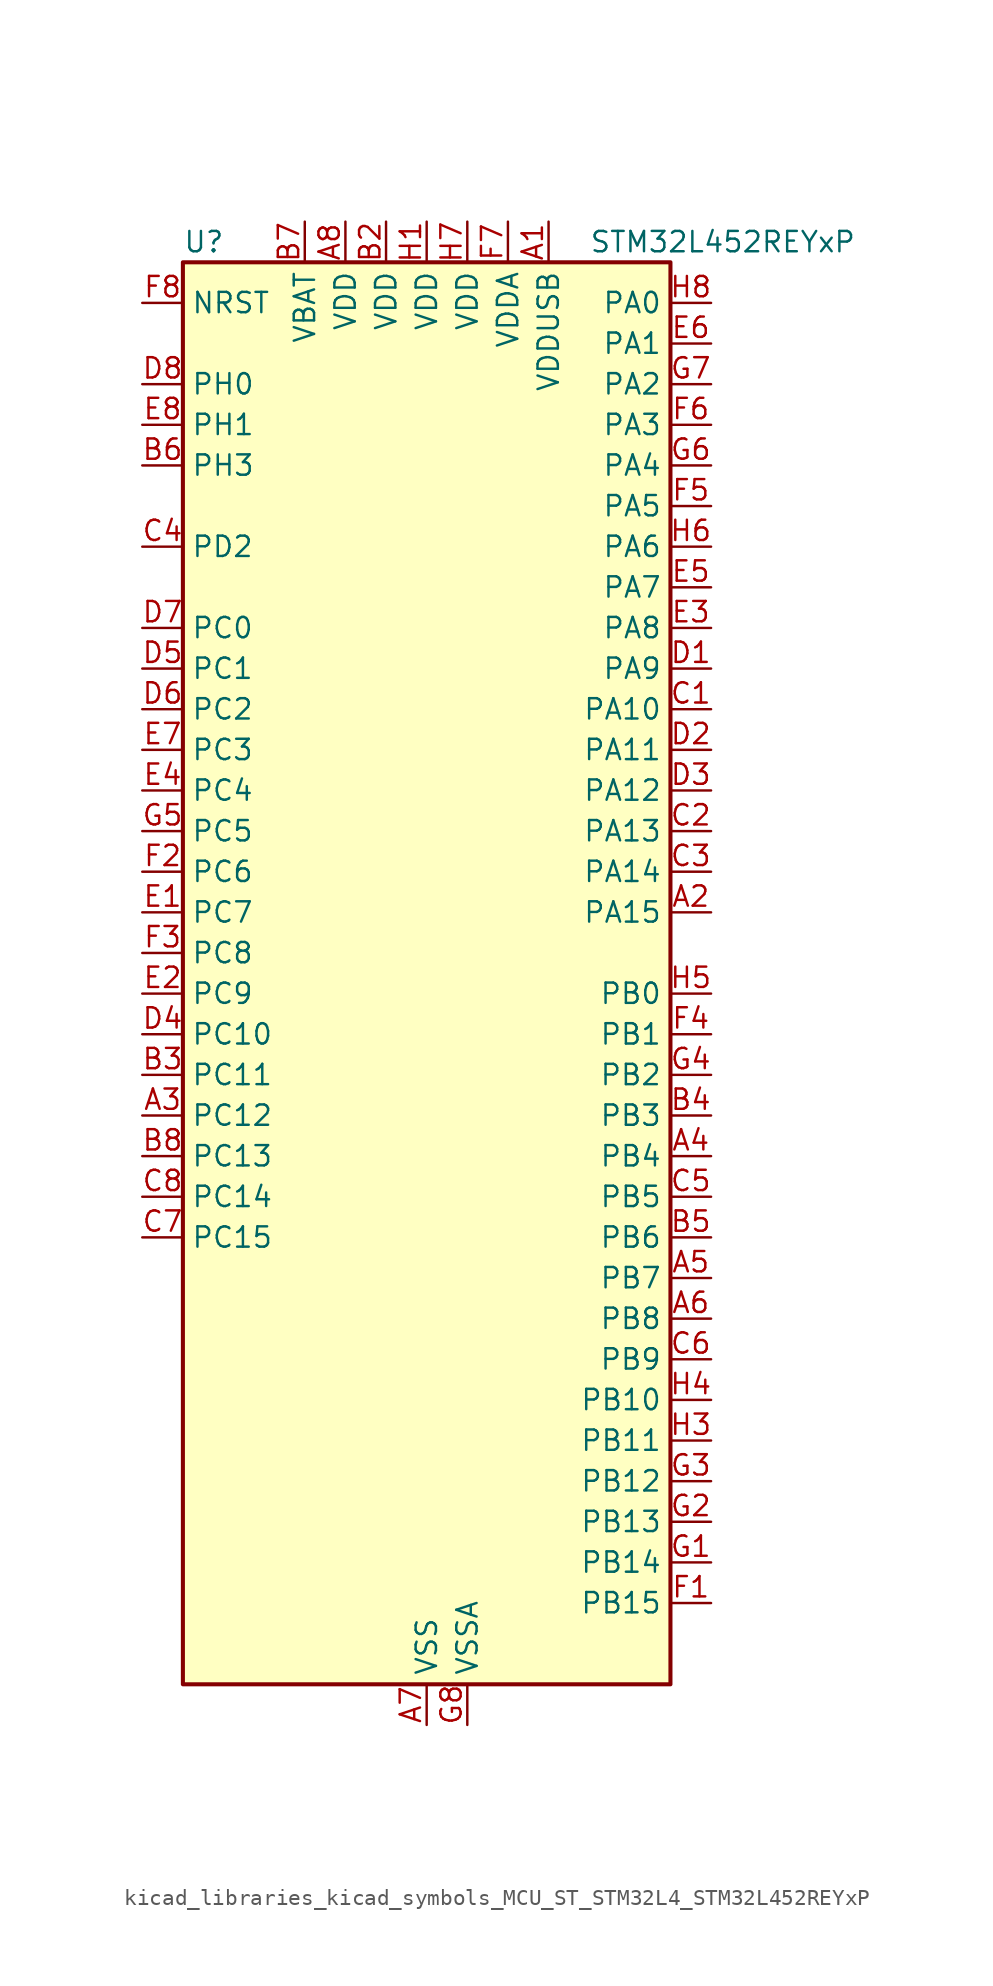
<source format=kicad_sym>
(kicad_symbol_lib
  (version 20220914)
  (generator kicad_symbol_editor)
  (symbol "kicad_libraries_kicad_symbols_MCU_ST_STM32L4_STM32L452REYxP"
    (property "Reference" "U"
      (at -15.24 46.99 0)
      (effects (font (size 1.27 1.27)) (justify left)))
    (property "Value" "STM32L452REYxP"
      (at 10.16 46.99 0)
      (effects (font (size 1.27 1.27)) (justify left)))
    (property "ki_locked" ""
      (at 0 0 0)
      (effects (font (size 1.27 1.27))))
    (symbol "kicad_libraries_kicad_symbols_MCU_ST_STM32L4_STM32L452REYxP_0_1"
      (rectangle (start -15.24 -43.18) (end 15.24 45.72) (stroke (width 0.254) (type default)) (fill (type background))))
    (symbol "kicad_libraries_kicad_symbols_MCU_ST_STM32L4_STM32L452REYxP_1_1"
      (pin power_in line (at 7.62 48.26 270) (length 2.54) (name "VDDUSB" (effects (font (size 1.27 1.27)))) (number "A1" (effects (font (size 1.27 1.27)))))
      (pin bidirectional line (at 17.78 5.08 180) (length 2.54) (name "PA15" (effects (font (size 1.27 1.27)))) (number "A2" (effects (font (size 1.27 1.27)))) (alternate "ADC1_EXTI15" bidirectional line) (alternate "SPI1_NSS" bidirectional line) (alternate "SPI3_NSS" bidirectional line) (alternate "SYS_JTDI" bidirectional line) (alternate "TIM2_CH1" bidirectional line) (alternate "TIM2_ETR" bidirectional line) (alternate "TSC_G3_IO1" bidirectional line) (alternate "UART4_DE" bidirectional line) (alternate "UART4_RTS" bidirectional line) (alternate "USART2_RX" bidirectional line) (alternate "USART3_DE" bidirectional line) (alternate "USART3_RTS" bidirectional line))
      (pin bidirectional line (at -17.78 -7.62 0) (length 2.54) (name "PC12" (effects (font (size 1.27 1.27)))) (number "A3" (effects (font (size 1.27 1.27)))) (alternate "SDMMC1_CK" bidirectional line) (alternate "SPI3_MOSI" bidirectional line) (alternate "SYS_TRACED3" bidirectional line) (alternate "TSC_G3_IO4" bidirectional line) (alternate "USART3_CK" bidirectional line))
      (pin bidirectional line (at 17.78 -10.16 180) (length 2.54) (name "PB4" (effects (font (size 1.27 1.27)))) (number "A4" (effects (font (size 1.27 1.27)))) (alternate "COMP2_INP" bidirectional line) (alternate "I2C3_SDA" bidirectional line) (alternate "SAI1_MCLK_B" bidirectional line) (alternate "SPI1_MISO" bidirectional line) (alternate "SPI3_MISO" bidirectional line) (alternate "SYS_JTRST" bidirectional line) (alternate "TIM3_CH1" bidirectional line) (alternate "TSC_G2_IO1" bidirectional line) (alternate "USART1_CTS" bidirectional line))
      (pin bidirectional line (at 17.78 -17.78 180) (length 2.54) (name "PB7" (effects (font (size 1.27 1.27)))) (number "A5" (effects (font (size 1.27 1.27)))) (alternate "COMP2_INM" bidirectional line) (alternate "I2C1_SDA" bidirectional line) (alternate "I2C4_SDA" bidirectional line) (alternate "LPTIM1_IN2" bidirectional line) (alternate "SYS_PVD_IN" bidirectional line) (alternate "TSC_G2_IO4" bidirectional line) (alternate "UART4_CTS" bidirectional line) (alternate "USART1_RX" bidirectional line))
      (pin bidirectional line (at 17.78 -20.32 180) (length 2.54) (name "PB8" (effects (font (size 1.27 1.27)))) (number "A6" (effects (font (size 1.27 1.27)))) (alternate "CAN1_RX" bidirectional line) (alternate "I2C1_SCL" bidirectional line) (alternate "SAI1_MCLK_A" bidirectional line) (alternate "SDMMC1_D4" bidirectional line) (alternate "TIM16_CH1" bidirectional line))
      (pin power_in line (at 0 -45.72 90) (length 2.54) (name "VSS" (effects (font (size 1.27 1.27)))) (number "A7" (effects (font (size 1.27 1.27)))))
      (pin power_in line (at -5.08 48.26 270) (length 2.54) (name "VDD" (effects (font (size 1.27 1.27)))) (number "A8" (effects (font (size 1.27 1.27)))))
      (pin passive line (at 0 -45.72 90) (length 2.54) hide (name "VSS" (effects (font (size 1.27 1.27)))) (number "B1" (effects (font (size 1.27 1.27)))))
      (pin power_in line (at -2.54 48.26 270) (length 2.54) (name "VDD" (effects (font (size 1.27 1.27)))) (number "B2" (effects (font (size 1.27 1.27)))))
      (pin bidirectional line (at -17.78 -5.08 0) (length 2.54) (name "PC11" (effects (font (size 1.27 1.27)))) (number "B3" (effects (font (size 1.27 1.27)))) (alternate "ADC1_EXTI11" bidirectional line) (alternate "SDMMC1_D3" bidirectional line) (alternate "SPI3_MISO" bidirectional line) (alternate "TSC_G3_IO3" bidirectional line) (alternate "UART4_RX" bidirectional line) (alternate "USART3_RX" bidirectional line))
      (pin bidirectional line (at 17.78 -7.62 180) (length 2.54) (name "PB3" (effects (font (size 1.27 1.27)))) (number "B4" (effects (font (size 1.27 1.27)))) (alternate "COMP2_INM" bidirectional line) (alternate "SAI1_SCK_B" bidirectional line) (alternate "SPI1_SCK" bidirectional line) (alternate "SPI3_SCK" bidirectional line) (alternate "SYS_JTDO-SWO" bidirectional line) (alternate "TIM2_CH2" bidirectional line) (alternate "USART1_DE" bidirectional line) (alternate "USART1_RTS" bidirectional line))
      (pin bidirectional line (at 17.78 -15.24 180) (length 2.54) (name "PB6" (effects (font (size 1.27 1.27)))) (number "B5" (effects (font (size 1.27 1.27)))) (alternate "CAN1_TX" bidirectional line) (alternate "COMP2_INP" bidirectional line) (alternate "I2C1_SCL" bidirectional line) (alternate "I2C4_SCL" bidirectional line) (alternate "LPTIM1_ETR" bidirectional line) (alternate "SAI1_FS_B" bidirectional line) (alternate "TIM16_CH1N" bidirectional line) (alternate "TSC_G2_IO3" bidirectional line) (alternate "USART1_TX" bidirectional line))
      (pin bidirectional line (at -17.78 33.02 0) (length 2.54) (name "PH3" (effects (font (size 1.27 1.27)))) (number "B6" (effects (font (size 1.27 1.27)))))
      (pin power_in line (at -7.62 48.26 270) (length 2.54) (name "VBAT" (effects (font (size 1.27 1.27)))) (number "B7" (effects (font (size 1.27 1.27)))))
      (pin bidirectional line (at -17.78 -10.16 0) (length 2.54) (name "PC13" (effects (font (size 1.27 1.27)))) (number "B8" (effects (font (size 1.27 1.27)))) (alternate "RTC_OUT_ALARM" bidirectional line) (alternate "RTC_OUT_CALIB" bidirectional line) (alternate "RTC_TAMP1" bidirectional line) (alternate "RTC_TS" bidirectional line) (alternate "SYS_WKUP2" bidirectional line))
      (pin bidirectional line (at 17.78 17.78 180) (length 2.54) (name "PA10" (effects (font (size 1.27 1.27)))) (number "C1" (effects (font (size 1.27 1.27)))) (alternate "CRS_SYNC" bidirectional line) (alternate "I2C1_SDA" bidirectional line) (alternate "SAI1_SD_A" bidirectional line) (alternate "TIM1_CH3" bidirectional line) (alternate "USART1_RX" bidirectional line))
      (pin bidirectional line (at 17.78 10.16 180) (length 2.54) (name "PA13" (effects (font (size 1.27 1.27)))) (number "C2" (effects (font (size 1.27 1.27)))) (alternate "IR_OUT" bidirectional line) (alternate "SAI1_SD_B" bidirectional line) (alternate "SYS_JTMS-SWDIO" bidirectional line) (alternate "USB_NOE" bidirectional line))
      (pin bidirectional line (at 17.78 7.62 180) (length 2.54) (name "PA14" (effects (font (size 1.27 1.27)))) (number "C3" (effects (font (size 1.27 1.27)))) (alternate "I2C1_SMBA" bidirectional line) (alternate "I2C4_SMBA" bidirectional line) (alternate "LPTIM1_OUT" bidirectional line) (alternate "SAI1_FS_B" bidirectional line) (alternate "SYS_JTCK-SWCLK" bidirectional line))
      (pin bidirectional line (at -17.78 27.94 0) (length 2.54) (name "PD2" (effects (font (size 1.27 1.27)))) (number "C4" (effects (font (size 1.27 1.27)))) (alternate "SDMMC1_CMD" bidirectional line) (alternate "SYS_TRACED2" bidirectional line) (alternate "TIM3_ETR" bidirectional line) (alternate "TSC_SYNC" bidirectional line) (alternate "USART3_DE" bidirectional line) (alternate "USART3_RTS" bidirectional line))
      (pin bidirectional line (at 17.78 -12.7 180) (length 2.54) (name "PB5" (effects (font (size 1.27 1.27)))) (number "C5" (effects (font (size 1.27 1.27)))) (alternate "CAN1_RX" bidirectional line) (alternate "COMP2_OUT" bidirectional line) (alternate "I2C1_SMBA" bidirectional line) (alternate "LPTIM1_IN1" bidirectional line) (alternate "SAI1_SD_B" bidirectional line) (alternate "SPI1_MOSI" bidirectional line) (alternate "SPI3_MOSI" bidirectional line) (alternate "TIM16_BKIN" bidirectional line) (alternate "TIM3_CH2" bidirectional line) (alternate "TSC_G2_IO2" bidirectional line) (alternate "USART1_CK" bidirectional line))
      (pin bidirectional line (at 17.78 -22.86 180) (length 2.54) (name "PB9" (effects (font (size 1.27 1.27)))) (number "C6" (effects (font (size 1.27 1.27)))) (alternate "CAN1_TX" bidirectional line) (alternate "DAC1_EXTI9" bidirectional line) (alternate "I2C1_SDA" bidirectional line) (alternate "IR_OUT" bidirectional line) (alternate "SAI1_FS_A" bidirectional line) (alternate "SDMMC1_D5" bidirectional line) (alternate "SPI2_NSS" bidirectional line))
      (pin bidirectional line (at -17.78 -15.24 0) (length 2.54) (name "PC15" (effects (font (size 1.27 1.27)))) (number "C7" (effects (font (size 1.27 1.27)))) (alternate "ADC1_EXTI15" bidirectional line) (alternate "RCC_OSC32_OUT" bidirectional line))
      (pin bidirectional line (at -17.78 -12.7 0) (length 2.54) (name "PC14" (effects (font (size 1.27 1.27)))) (number "C8" (effects (font (size 1.27 1.27)))) (alternate "RCC_OSC32_IN" bidirectional line))
      (pin bidirectional line (at 17.78 20.32 180) (length 2.54) (name "PA9" (effects (font (size 1.27 1.27)))) (number "D1" (effects (font (size 1.27 1.27)))) (alternate "DAC1_EXTI9" bidirectional line) (alternate "DFSDM1_DATIN1" bidirectional line) (alternate "I2C1_SCL" bidirectional line) (alternate "SAI1_FS_A" bidirectional line) (alternate "TIM15_BKIN" bidirectional line) (alternate "TIM1_CH2" bidirectional line) (alternate "USART1_TX" bidirectional line))
      (pin bidirectional line (at 17.78 15.24 180) (length 2.54) (name "PA11" (effects (font (size 1.27 1.27)))) (number "D2" (effects (font (size 1.27 1.27)))) (alternate "ADC1_EXTI11" bidirectional line) (alternate "CAN1_RX" bidirectional line) (alternate "COMP1_OUT" bidirectional line) (alternate "SPI1_MISO" bidirectional line) (alternate "TIM1_BKIN2" bidirectional line) (alternate "TIM1_BKIN2_COMP1" bidirectional line) (alternate "TIM1_CH4" bidirectional line) (alternate "USART1_CTS" bidirectional line) (alternate "USB_DM" bidirectional line))
      (pin bidirectional line (at 17.78 12.7 180) (length 2.54) (name "PA12" (effects (font (size 1.27 1.27)))) (number "D3" (effects (font (size 1.27 1.27)))) (alternate "CAN1_TX" bidirectional line) (alternate "SPI1_MOSI" bidirectional line) (alternate "TIM1_ETR" bidirectional line) (alternate "USART1_DE" bidirectional line) (alternate "USART1_RTS" bidirectional line) (alternate "USB_DP" bidirectional line))
      (pin bidirectional line (at -17.78 -2.54 0) (length 2.54) (name "PC10" (effects (font (size 1.27 1.27)))) (number "D4" (effects (font (size 1.27 1.27)))) (alternate "SDMMC1_D2" bidirectional line) (alternate "SPI3_SCK" bidirectional line) (alternate "SYS_TRACED1" bidirectional line) (alternate "TSC_G3_IO2" bidirectional line) (alternate "UART4_TX" bidirectional line) (alternate "USART3_TX" bidirectional line))
      (pin bidirectional line (at -17.78 20.32 0) (length 2.54) (name "PC1" (effects (font (size 1.27 1.27)))) (number "D5" (effects (font (size 1.27 1.27)))) (alternate "ADC1_IN2" bidirectional line) (alternate "I2C3_SDA" bidirectional line) (alternate "I2C4_SDA" bidirectional line) (alternate "LPTIM1_OUT" bidirectional line) (alternate "LPUART1_TX" bidirectional line) (alternate "SYS_TRACED0" bidirectional line))
      (pin bidirectional line (at -17.78 17.78 0) (length 2.54) (name "PC2" (effects (font (size 1.27 1.27)))) (number "D6" (effects (font (size 1.27 1.27)))) (alternate "ADC1_IN3" bidirectional line) (alternate "DFSDM1_CKOUT" bidirectional line) (alternate "LPTIM1_IN2" bidirectional line) (alternate "SPI2_MISO" bidirectional line))
      (pin bidirectional line (at -17.78 22.86 0) (length 2.54) (name "PC0" (effects (font (size 1.27 1.27)))) (number "D7" (effects (font (size 1.27 1.27)))) (alternate "ADC1_IN1" bidirectional line) (alternate "I2C3_SCL" bidirectional line) (alternate "I2C4_SCL" bidirectional line) (alternate "LPTIM1_IN1" bidirectional line) (alternate "LPTIM2_IN1" bidirectional line) (alternate "LPUART1_RX" bidirectional line))
      (pin bidirectional line (at -17.78 38.1 0) (length 2.54) (name "PH0" (effects (font (size 1.27 1.27)))) (number "D8" (effects (font (size 1.27 1.27)))) (alternate "RCC_OSC_IN" bidirectional line))
      (pin bidirectional line (at -17.78 5.08 0) (length 2.54) (name "PC7" (effects (font (size 1.27 1.27)))) (number "E1" (effects (font (size 1.27 1.27)))) (alternate "DFSDM1_DATIN3" bidirectional line) (alternate "SDMMC1_D7" bidirectional line) (alternate "TIM3_CH2" bidirectional line) (alternate "TSC_G4_IO2" bidirectional line))
      (pin bidirectional line (at -17.78 0 0) (length 2.54) (name "PC9" (effects (font (size 1.27 1.27)))) (number "E2" (effects (font (size 1.27 1.27)))) (alternate "DAC1_EXTI9" bidirectional line) (alternate "SDMMC1_D1" bidirectional line) (alternate "TIM3_CH4" bidirectional line) (alternate "TSC_G4_IO4" bidirectional line) (alternate "USB_NOE" bidirectional line))
      (pin bidirectional line (at 17.78 22.86 180) (length 2.54) (name "PA8" (effects (font (size 1.27 1.27)))) (number "E3" (effects (font (size 1.27 1.27)))) (alternate "DFSDM1_CKIN1" bidirectional line) (alternate "LPTIM2_OUT" bidirectional line) (alternate "RCC_MCO" bidirectional line) (alternate "SAI1_SCK_A" bidirectional line) (alternate "TIM1_CH1" bidirectional line) (alternate "USART1_CK" bidirectional line))
      (pin bidirectional line (at -17.78 12.7 0) (length 2.54) (name "PC4" (effects (font (size 1.27 1.27)))) (number "E4" (effects (font (size 1.27 1.27)))) (alternate "ADC1_IN13" bidirectional line) (alternate "COMP1_INM" bidirectional line) (alternate "USART3_TX" bidirectional line))
      (pin bidirectional line (at 17.78 25.4 180) (length 2.54) (name "PA7" (effects (font (size 1.27 1.27)))) (number "E5" (effects (font (size 1.27 1.27)))) (alternate "ADC1_IN12" bidirectional line) (alternate "COMP2_OUT" bidirectional line) (alternate "DFSDM1_DATIN0" bidirectional line) (alternate "I2C3_SCL" bidirectional line) (alternate "QUADSPI_BK1_IO2" bidirectional line) (alternate "SPI1_MOSI" bidirectional line) (alternate "TIM1_CH1N" bidirectional line) (alternate "TIM3_CH2" bidirectional line))
      (pin bidirectional line (at 17.78 40.64 180) (length 2.54) (name "PA1" (effects (font (size 1.27 1.27)))) (number "E6" (effects (font (size 1.27 1.27)))) (alternate "ADC1_IN6" bidirectional line) (alternate "COMP1_INP" bidirectional line) (alternate "I2C1_SMBA" bidirectional line) (alternate "OPAMP1_VINM" bidirectional line) (alternate "SPI1_SCK" bidirectional line) (alternate "TIM15_CH1N" bidirectional line) (alternate "TIM2_CH2" bidirectional line) (alternate "UART4_RX" bidirectional line) (alternate "USART2_DE" bidirectional line) (alternate "USART2_RTS" bidirectional line))
      (pin bidirectional line (at -17.78 15.24 0) (length 2.54) (name "PC3" (effects (font (size 1.27 1.27)))) (number "E7" (effects (font (size 1.27 1.27)))) (alternate "ADC1_IN4" bidirectional line) (alternate "LPTIM1_ETR" bidirectional line) (alternate "LPTIM2_ETR" bidirectional line) (alternate "SAI1_SD_A" bidirectional line) (alternate "SPI2_MOSI" bidirectional line))
      (pin bidirectional line (at -17.78 35.56 0) (length 2.54) (name "PH1" (effects (font (size 1.27 1.27)))) (number "E8" (effects (font (size 1.27 1.27)))) (alternate "RCC_OSC_OUT" bidirectional line))
      (pin bidirectional line (at 17.78 -38.1 180) (length 2.54) (name "PB15" (effects (font (size 1.27 1.27)))) (number "F1" (effects (font (size 1.27 1.27)))) (alternate "ADC1_EXTI15" bidirectional line) (alternate "DFSDM1_CKIN2" bidirectional line) (alternate "RTC_REFIN" bidirectional line) (alternate "SAI1_SD_A" bidirectional line) (alternate "SPI2_MOSI" bidirectional line) (alternate "TIM15_CH2" bidirectional line) (alternate "TIM1_CH3N" bidirectional line) (alternate "TSC_G1_IO4" bidirectional line))
      (pin bidirectional line (at -17.78 7.62 0) (length 2.54) (name "PC6" (effects (font (size 1.27 1.27)))) (number "F2" (effects (font (size 1.27 1.27)))) (alternate "DFSDM1_CKIN3" bidirectional line) (alternate "SDMMC1_D6" bidirectional line) (alternate "TIM3_CH1" bidirectional line) (alternate "TSC_G4_IO1" bidirectional line))
      (pin bidirectional line (at -17.78 2.54 0) (length 2.54) (name "PC8" (effects (font (size 1.27 1.27)))) (number "F3" (effects (font (size 1.27 1.27)))) (alternate "SDMMC1_D0" bidirectional line) (alternate "TIM3_CH3" bidirectional line) (alternate "TSC_G4_IO3" bidirectional line))
      (pin bidirectional line (at 17.78 -2.54 180) (length 2.54) (name "PB1" (effects (font (size 1.27 1.27)))) (number "F4" (effects (font (size 1.27 1.27)))) (alternate "ADC1_IN16" bidirectional line) (alternate "COMP1_INM" bidirectional line) (alternate "DFSDM1_DATIN0" bidirectional line) (alternate "LPTIM2_IN1" bidirectional line) (alternate "LPUART1_DE" bidirectional line) (alternate "LPUART1_RTS" bidirectional line) (alternate "QUADSPI_BK1_IO0" bidirectional line) (alternate "TIM1_CH3N" bidirectional line) (alternate "TIM3_CH4" bidirectional line) (alternate "USART3_DE" bidirectional line) (alternate "USART3_RTS" bidirectional line))
      (pin bidirectional line (at 17.78 30.48 180) (length 2.54) (name "PA5" (effects (font (size 1.27 1.27)))) (number "F5" (effects (font (size 1.27 1.27)))) (alternate "ADC1_IN10" bidirectional line) (alternate "COMP1_INM" bidirectional line) (alternate "COMP2_INM" bidirectional line) (alternate "DFSDM1_CKOUT" bidirectional line) (alternate "LPTIM2_ETR" bidirectional line) (alternate "SPI1_SCK" bidirectional line) (alternate "TIM2_CH1" bidirectional line) (alternate "TIM2_ETR" bidirectional line))
      (pin bidirectional line (at 17.78 35.56 180) (length 2.54) (name "PA3" (effects (font (size 1.27 1.27)))) (number "F6" (effects (font (size 1.27 1.27)))) (alternate "ADC1_IN8" bidirectional line) (alternate "COMP2_INP" bidirectional line) (alternate "LPUART1_RX" bidirectional line) (alternate "OPAMP1_VOUT" bidirectional line) (alternate "QUADSPI_CLK" bidirectional line) (alternate "SAI1_MCLK_A" bidirectional line) (alternate "TIM15_CH2" bidirectional line) (alternate "TIM2_CH4" bidirectional line) (alternate "USART2_RX" bidirectional line))
      (pin power_in line (at 5.08 48.26 270) (length 2.54) (name "VDDA" (effects (font (size 1.27 1.27)))) (number "F7" (effects (font (size 1.27 1.27)))))
      (pin input line (at -17.78 43.18 0) (length 2.54) (name "NRST" (effects (font (size 1.27 1.27)))) (number "F8" (effects (font (size 1.27 1.27)))))
      (pin bidirectional line (at 17.78 -35.56 180) (length 2.54) (name "PB14" (effects (font (size 1.27 1.27)))) (number "G1" (effects (font (size 1.27 1.27)))) (alternate "DFSDM1_DATIN2" bidirectional line) (alternate "I2C2_SDA" bidirectional line) (alternate "SAI1_MCLK_A" bidirectional line) (alternate "SPI2_MISO" bidirectional line) (alternate "TIM15_CH1" bidirectional line) (alternate "TIM1_CH2N" bidirectional line) (alternate "TSC_G1_IO3" bidirectional line) (alternate "USART3_DE" bidirectional line) (alternate "USART3_RTS" bidirectional line))
      (pin bidirectional line (at 17.78 -33.02 180) (length 2.54) (name "PB13" (effects (font (size 1.27 1.27)))) (number "G2" (effects (font (size 1.27 1.27)))) (alternate "CAN1_TX" bidirectional line) (alternate "DFSDM1_CKIN1" bidirectional line) (alternate "I2C2_SCL" bidirectional line) (alternate "LPUART1_CTS" bidirectional line) (alternate "SAI1_SCK_A" bidirectional line) (alternate "SPI2_SCK" bidirectional line) (alternate "TIM15_CH1N" bidirectional line) (alternate "TIM1_CH1N" bidirectional line) (alternate "TSC_G1_IO2" bidirectional line) (alternate "USART3_CTS" bidirectional line))
      (pin bidirectional line (at 17.78 -30.48 180) (length 2.54) (name "PB12" (effects (font (size 1.27 1.27)))) (number "G3" (effects (font (size 1.27 1.27)))) (alternate "CAN1_RX" bidirectional line) (alternate "DFSDM1_DATIN1" bidirectional line) (alternate "I2C2_SMBA" bidirectional line) (alternate "LPUART1_DE" bidirectional line) (alternate "LPUART1_RTS" bidirectional line) (alternate "SAI1_FS_A" bidirectional line) (alternate "SPI2_NSS" bidirectional line) (alternate "TIM15_BKIN" bidirectional line) (alternate "TIM1_BKIN" bidirectional line) (alternate "TIM1_BKIN_COMP2" bidirectional line) (alternate "TSC_G1_IO1" bidirectional line) (alternate "USART3_CK" bidirectional line))
      (pin bidirectional line (at 17.78 -5.08 180) (length 2.54) (name "PB2" (effects (font (size 1.27 1.27)))) (number "G4" (effects (font (size 1.27 1.27)))) (alternate "COMP1_INP" bidirectional line) (alternate "DFSDM1_CKIN0" bidirectional line) (alternate "I2C3_SMBA" bidirectional line) (alternate "LPTIM1_OUT" bidirectional line) (alternate "RTC_OUT_ALARM" bidirectional line) (alternate "RTC_OUT_CALIB" bidirectional line))
      (pin bidirectional line (at -17.78 10.16 0) (length 2.54) (name "PC5" (effects (font (size 1.27 1.27)))) (number "G5" (effects (font (size 1.27 1.27)))) (alternate "ADC1_IN14" bidirectional line) (alternate "COMP1_INP" bidirectional line) (alternate "SYS_WKUP5" bidirectional line) (alternate "USART3_RX" bidirectional line))
      (pin bidirectional line (at 17.78 33.02 180) (length 2.54) (name "PA4" (effects (font (size 1.27 1.27)))) (number "G6" (effects (font (size 1.27 1.27)))) (alternate "ADC1_IN9" bidirectional line) (alternate "COMP1_INM" bidirectional line) (alternate "COMP2_INM" bidirectional line) (alternate "DAC1_OUT1" bidirectional line) (alternate "LPTIM2_OUT" bidirectional line) (alternate "SAI1_FS_B" bidirectional line) (alternate "SPI1_NSS" bidirectional line) (alternate "SPI3_NSS" bidirectional line) (alternate "USART2_CK" bidirectional line))
      (pin bidirectional line (at 17.78 38.1 180) (length 2.54) (name "PA2" (effects (font (size 1.27 1.27)))) (number "G7" (effects (font (size 1.27 1.27)))) (alternate "ADC1_IN7" bidirectional line) (alternate "COMP2_INM" bidirectional line) (alternate "COMP2_OUT" bidirectional line) (alternate "LPUART1_TX" bidirectional line) (alternate "QUADSPI_BK1_NCS" bidirectional line) (alternate "RCC_LSCO" bidirectional line) (alternate "SYS_WKUP4" bidirectional line) (alternate "TIM15_CH1" bidirectional line) (alternate "TIM2_CH3" bidirectional line) (alternate "USART2_TX" bidirectional line))
      (pin power_in line (at 2.54 -45.72 90) (length 2.54) (name "VSSA" (effects (font (size 1.27 1.27)))) (number "G8" (effects (font (size 1.27 1.27)))))
      (pin power_in line (at 0 48.26 270) (length 2.54) (name "VDD" (effects (font (size 1.27 1.27)))) (number "H1" (effects (font (size 1.27 1.27)))))
      (pin passive line (at 0 -45.72 90) (length 2.54) hide (name "VSS" (effects (font (size 1.27 1.27)))) (number "H2" (effects (font (size 1.27 1.27)))))
      (pin bidirectional line (at 17.78 -27.94 180) (length 2.54) (name "PB11" (effects (font (size 1.27 1.27)))) (number "H3" (effects (font (size 1.27 1.27)))) (alternate "ADC1_EXTI11" bidirectional line) (alternate "COMP2_OUT" bidirectional line) (alternate "I2C2_SDA" bidirectional line) (alternate "I2C4_SDA" bidirectional line) (alternate "LPUART1_TX" bidirectional line) (alternate "QUADSPI_BK1_NCS" bidirectional line) (alternate "TIM2_CH4" bidirectional line) (alternate "USART3_RX" bidirectional line))
      (pin bidirectional line (at 17.78 -25.4 180) (length 2.54) (name "PB10" (effects (font (size 1.27 1.27)))) (number "H4" (effects (font (size 1.27 1.27)))) (alternate "COMP1_OUT" bidirectional line) (alternate "I2C2_SCL" bidirectional line) (alternate "I2C4_SCL" bidirectional line) (alternate "LPUART1_RX" bidirectional line) (alternate "QUADSPI_CLK" bidirectional line) (alternate "SAI1_SCK_A" bidirectional line) (alternate "SPI2_SCK" bidirectional line) (alternate "TIM2_CH3" bidirectional line) (alternate "TSC_SYNC" bidirectional line) (alternate "USART3_TX" bidirectional line))
      (pin bidirectional line (at 17.78 0 180) (length 2.54) (name "PB0" (effects (font (size 1.27 1.27)))) (number "H5" (effects (font (size 1.27 1.27)))) (alternate "ADC1_IN15" bidirectional line) (alternate "COMP1_OUT" bidirectional line) (alternate "DFSDM1_CKIN0" bidirectional line) (alternate "QUADSPI_BK1_IO1" bidirectional line) (alternate "SAI1_EXTCLK" bidirectional line) (alternate "SPI1_NSS" bidirectional line) (alternate "TIM1_CH2N" bidirectional line) (alternate "TIM3_CH3" bidirectional line) (alternate "USART3_CK" bidirectional line))
      (pin bidirectional line (at 17.78 27.94 180) (length 2.54) (name "PA6" (effects (font (size 1.27 1.27)))) (number "H6" (effects (font (size 1.27 1.27)))) (alternate "ADC1_IN11" bidirectional line) (alternate "COMP1_OUT" bidirectional line) (alternate "LPUART1_CTS" bidirectional line) (alternate "QUADSPI_BK1_IO3" bidirectional line) (alternate "SPI1_MISO" bidirectional line) (alternate "TIM16_CH1" bidirectional line) (alternate "TIM1_BKIN" bidirectional line) (alternate "TIM1_BKIN_COMP2" bidirectional line) (alternate "TIM3_CH1" bidirectional line) (alternate "USART3_CTS" bidirectional line))
      (pin power_in line (at 2.54 48.26 270) (length 2.54) (name "VDD" (effects (font (size 1.27 1.27)))) (number "H7" (effects (font (size 1.27 1.27)))))
      (pin bidirectional line (at 17.78 43.18 180) (length 2.54) (name "PA0" (effects (font (size 1.27 1.27)))) (number "H8" (effects (font (size 1.27 1.27)))) (alternate "ADC1_IN5" bidirectional line) (alternate "COMP1_INM" bidirectional line) (alternate "COMP1_OUT" bidirectional line) (alternate "OPAMP1_VINP" bidirectional line) (alternate "RTC_TAMP2" bidirectional line) (alternate "SAI1_EXTCLK" bidirectional line) (alternate "SYS_WKUP1" bidirectional line) (alternate "TIM2_CH1" bidirectional line) (alternate "TIM2_ETR" bidirectional line) (alternate "UART4_TX" bidirectional line) (alternate "USART2_CTS" bidirectional line)))))
</source>
